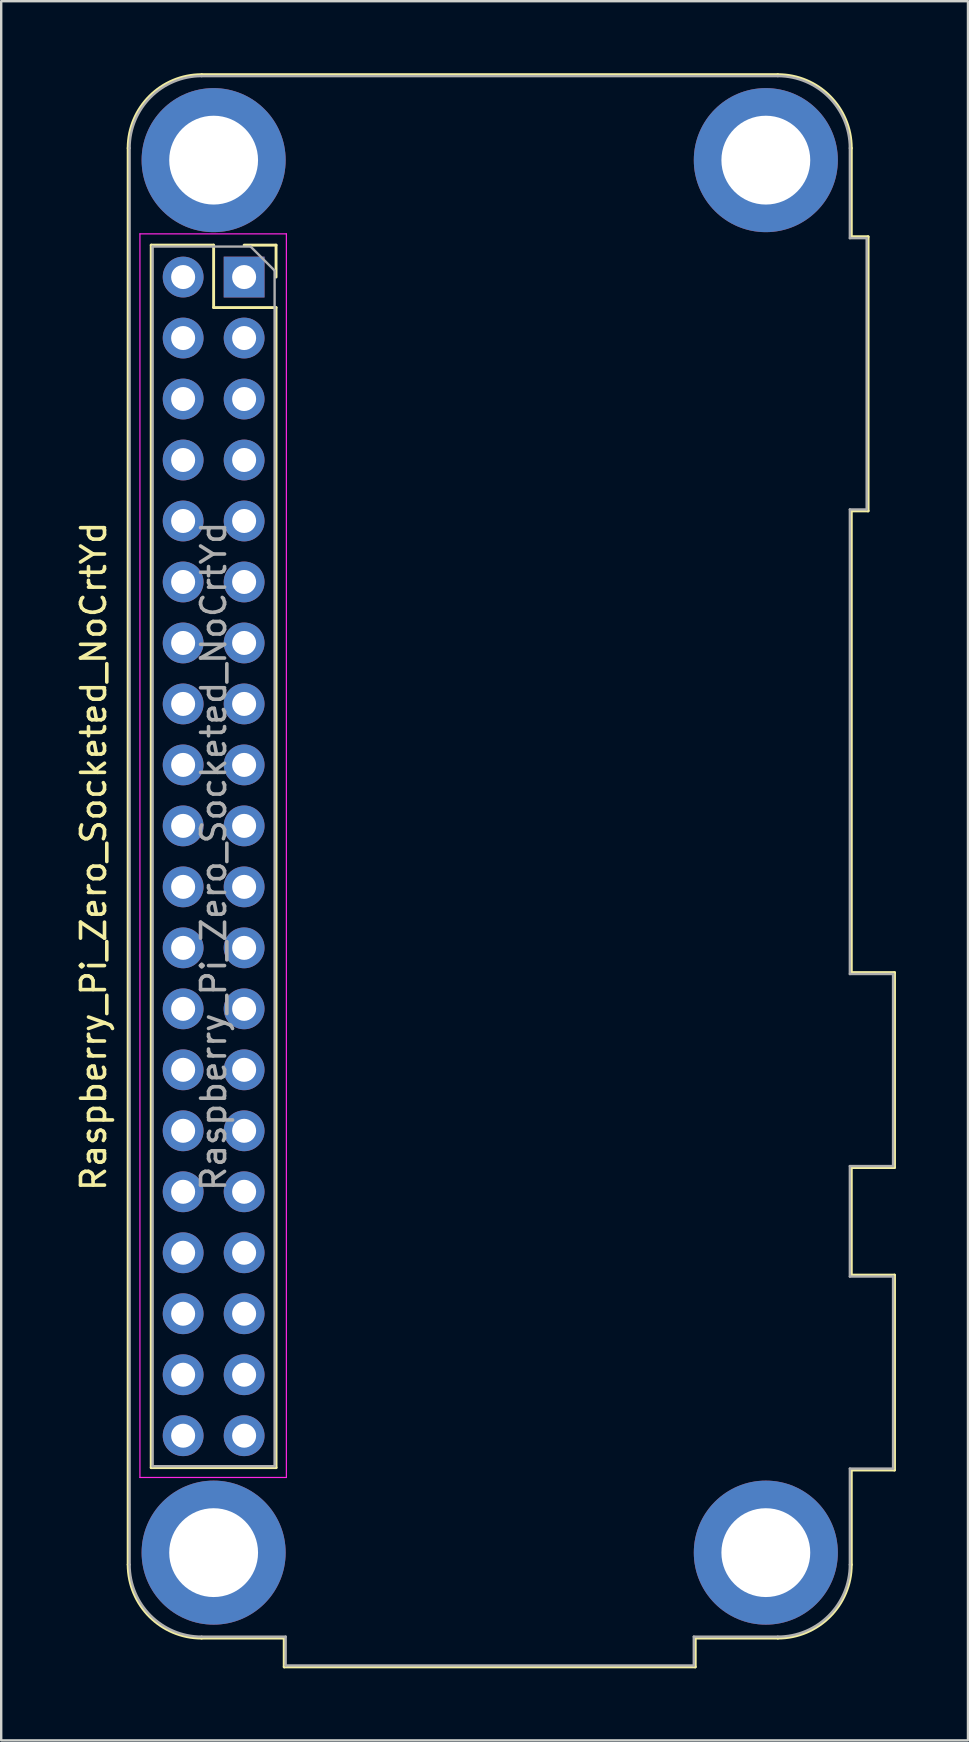
<source format=kicad_pcb>
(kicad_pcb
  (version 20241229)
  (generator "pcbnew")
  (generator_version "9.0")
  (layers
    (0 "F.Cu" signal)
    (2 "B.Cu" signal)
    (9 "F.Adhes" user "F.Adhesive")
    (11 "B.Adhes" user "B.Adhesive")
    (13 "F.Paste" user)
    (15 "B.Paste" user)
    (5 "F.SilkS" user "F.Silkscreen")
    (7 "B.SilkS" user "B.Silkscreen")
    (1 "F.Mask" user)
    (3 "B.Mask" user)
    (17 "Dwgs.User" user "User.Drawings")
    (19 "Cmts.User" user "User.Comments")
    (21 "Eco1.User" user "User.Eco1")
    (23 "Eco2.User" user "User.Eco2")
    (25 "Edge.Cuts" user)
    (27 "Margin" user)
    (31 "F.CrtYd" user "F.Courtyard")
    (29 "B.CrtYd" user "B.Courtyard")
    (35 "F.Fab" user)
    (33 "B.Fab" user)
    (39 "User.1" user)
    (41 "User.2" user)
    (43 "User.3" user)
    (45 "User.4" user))
  (footprint "Raspberry_Pi_Zero_Socketed_NoCrtYd"
    (layer "F.Cu")
    (at 7.118 8.49)
    (property "Reference" "Raspberry_Pi_Zero_Socketed_NoCrtYd" (at -6.27 24.13 90) (layer "F.SilkS") (effects (font (size 1 1) (thickness 0.15))))
    (attr through_hole)
    (fp_line (start -4.83 53.63) (end -4.83 -5.37) (stroke (width 0.12) (type solid)) (layer "F.SilkS"))
    (fp_line (start -3.87 -1.33) (end -3.87 49.59) (stroke (width 0.12) (type solid)) (layer "F.SilkS"))
    (fp_line (start -3.87 -1.33) (end -1.27 -1.33) (stroke (width 0.12) (type solid)) (layer "F.SilkS"))
    (fp_line (start -3.87 49.59) (end 1.33 49.59) (stroke (width 0.12) (type solid)) (layer "F.SilkS"))
    (fp_line (start -1.77 -8.43) (end 22.23 -8.43) (stroke (width 0.12) (type solid)) (layer "F.SilkS"))
    (fp_line (start -1.27 -1.33) (end -1.27 1.27) (stroke (width 0.12) (type solid)) (layer "F.SilkS"))
    (fp_line (start -1.27 1.27) (end 1.33 1.27) (stroke (width 0.12) (type solid)) (layer "F.SilkS"))
    (fp_line (start 0 -1.33) (end 1.33 -1.33) (stroke (width 0.12) (type solid)) (layer "F.SilkS"))
    (fp_line (start 1.33 -1.33) (end 1.33 0) (stroke (width 0.12) (type solid)) (layer "F.SilkS"))
    (fp_line (start 1.33 1.27) (end 1.33 49.59) (stroke (width 0.12) (type solid)) (layer "F.SilkS"))
    (fp_line (start 1.67 56.69) (end -1.77 56.69) (stroke (width 0.12) (type solid)) (layer "F.SilkS"))
    (fp_line (start 1.67 56.69) (end 1.67 57.89) (stroke (width 0.12) (type solid)) (layer "F.SilkS"))
    (fp_line (start 1.67 57.89) (end 18.79 57.89) (stroke (width 0.12) (type solid)) (layer "F.SilkS"))
    (fp_line (start 18.79 56.69) (end 22.23 56.69) (stroke (width 0.12) (type solid)) (layer "F.SilkS"))
    (fp_line (start 18.79 57.89) (end 18.79 56.69) (stroke (width 0.12) (type solid)) (layer "F.SilkS"))
    (fp_line (start 25.29 -1.68) (end 25.29 -5.37) (stroke (width 0.12) (type solid)) (layer "F.SilkS"))
    (fp_line (start 25.29 9.74) (end 25.99 9.74) (stroke (width 0.12) (type solid)) (layer "F.SilkS"))
    (fp_line (start 25.29 28.97) (end 25.29 9.74) (stroke (width 0.12) (type solid)) (layer "F.SilkS"))
    (fp_line (start 25.29 37.09) (end 27.09 37.09) (stroke (width 0.12) (type solid)) (layer "F.SilkS"))
    (fp_line (start 25.29 41.57) (end 25.29 37.09) (stroke (width 0.12) (type solid)) (layer "F.SilkS"))
    (fp_line (start 25.29 49.69) (end 27.09 49.69) (stroke (width 0.12) (type solid)) (layer "F.SilkS"))
    (fp_line (start 25.29 53.63) (end 25.29 49.69) (stroke (width 0.12) (type solid)) (layer "F.SilkS"))
    (fp_line (start 25.99 -1.68) (end 25.29 -1.68) (stroke (width 0.12) (type solid)) (layer "F.SilkS"))
    (fp_line (start 25.99 9.74) (end 25.99 -1.68) (stroke (width 0.12) (type solid)) (layer "F.SilkS"))
    (fp_line (start 27.09 28.97) (end 25.29 28.97) (stroke (width 0.12) (type solid)) (layer "F.SilkS"))
    (fp_line (start 27.09 37.09) (end 27.09 28.97) (stroke (width 0.12) (type solid)) (layer "F.SilkS"))
    (fp_line (start 27.09 41.57) (end 25.29 41.57) (stroke (width 0.12) (type solid)) (layer "F.SilkS"))
    (fp_line (start 27.09 49.69) (end 27.09 41.57) (stroke (width 0.12) (type solid)) (layer "F.SilkS"))
    (fp_arc (start -4.83 -5.37) (mid -3.933747 -7.533747) (end -1.77 -8.43) (stroke (width 0.12) (type solid)) (layer "F.SilkS"))
    (fp_arc (start -1.77 56.69) (mid -3.933747 55.793747) (end -4.83 53.63) (stroke (width 0.12) (type solid)) (layer "F.SilkS"))
    (fp_arc (start 22.23 -8.43) (mid 24.393747 -7.533747) (end 25.29 -5.37) (stroke (width 0.12) (type solid)) (layer "F.SilkS"))
    (fp_arc (start 25.29 53.63) (mid 24.393747 55.793747) (end 22.23 56.69) (stroke (width 0.12) (type solid)) (layer "F.SilkS"))
    (fp_line (start -4.34 -1.8) (end 1.76 -1.8) (stroke (width 0.05) (type solid)) (layer "F.CrtYd"))
    (fp_line (start -4.34 50) (end -4.34 -1.8) (stroke (width 0.05) (type solid)) (layer "F.CrtYd"))
    (fp_line (start 1.76 -1.8) (end 1.76 50) (stroke (width 0.05) (type solid)) (layer "F.CrtYd"))
    (fp_line (start 1.76 50) (end -4.34 50) (stroke (width 0.05) (type solid)) (layer "F.CrtYd"))
    (fp_line (start -4.77 53.63) (end -4.77 -5.37) (stroke (width 0.1) (type solid)) (layer "F.Fab"))
    (fp_line (start -3.81 -1.27) (end 0.27 -1.27) (stroke (width 0.1) (type solid)) (layer "F.Fab"))
    (fp_line (start -3.81 49.53) (end -3.81 -1.27) (stroke (width 0.1) (type solid)) (layer "F.Fab"))
    (fp_line (start -1.77 -8.37) (end 22.23 -8.37) (stroke (width 0.1) (type solid)) (layer "F.Fab"))
    (fp_line (start -1.77 56.63) (end 1.73 56.63) (stroke (width 0.1) (type solid)) (layer "F.Fab"))
    (fp_line (start 0.27 -1.27) (end 1.27 -0.27) (stroke (width 0.1) (type solid)) (layer "F.Fab"))
    (fp_line (start 1.27 -0.27) (end 1.27 49.53) (stroke (width 0.1) (type solid)) (layer "F.Fab"))
    (fp_line (start 1.27 49.53) (end -3.81 49.53) (stroke (width 0.1) (type solid)) (layer "F.Fab"))
    (fp_line (start 1.73 56.63) (end 1.73 57.83) (stroke (width 0.1) (type solid)) (layer "F.Fab"))
    (fp_line (start 1.73 57.83) (end 18.73 57.83) (stroke (width 0.1) (type solid)) (layer "F.Fab"))
    (fp_line (start 18.73 56.63) (end 18.73 57.83) (stroke (width 0.1) (type solid)) (layer "F.Fab"))
    (fp_line (start 22.23 56.63) (end 18.73 56.63) (stroke (width 0.1) (type solid)) (layer "F.Fab"))
    (fp_line (start 25.23 -1.62) (end 25.23 -5.37) (stroke (width 0.1) (type solid)) (layer "F.Fab"))
    (fp_line (start 25.23 -1.62) (end 25.93 -1.62) (stroke (width 0.1) (type solid)) (layer "F.Fab"))
    (fp_line (start 25.23 9.68) (end 25.93 9.68) (stroke (width 0.1) (type solid)) (layer "F.Fab"))
    (fp_line (start 25.23 29.03) (end 25.23 9.68) (stroke (width 0.1) (type solid)) (layer "F.Fab"))
    (fp_line (start 25.23 37.03) (end 27.03 37.03) (stroke (width 0.1) (type solid)) (layer "F.Fab"))
    (fp_line (start 25.23 41.63) (end 25.23 37.03) (stroke (width 0.1) (type solid)) (layer "F.Fab"))
    (fp_line (start 25.23 49.63) (end 25.23 53.63) (stroke (width 0.1) (type solid)) (layer "F.Fab"))
    (fp_line (start 25.23 49.63) (end 27.03 49.63) (stroke (width 0.1) (type solid)) (layer "F.Fab"))
    (fp_line (start 25.93 9.68) (end 25.93 -1.62) (stroke (width 0.1) (type solid)) (layer "F.Fab"))
    (fp_line (start 27.03 29.03) (end 25.23 29.03) (stroke (width 0.1) (type solid)) (layer "F.Fab"))
    (fp_line (start 27.03 37.03) (end 27.03 29.03) (stroke (width 0.1) (type solid)) (layer "F.Fab"))
    (fp_line (start 27.03 41.63) (end 25.23 41.63) (stroke (width 0.1) (type solid)) (layer "F.Fab"))
    (fp_line (start 27.03 49.63) (end 27.03 41.63) (stroke (width 0.1) (type solid)) (layer "F.Fab"))
    (fp_arc (start -4.77 -5.37) (mid -3.89132 -7.49132) (end -1.77 -8.37) (stroke (width 0.1) (type solid)) (layer "F.Fab"))
    (fp_arc (start -1.77 56.63) (mid -3.89132 55.75132) (end -4.77 53.63) (stroke (width 0.1) (type solid)) (layer "F.Fab"))
    (fp_arc (start 22.23 -8.37) (mid 24.35132 -7.49132) (end 25.23 -5.37) (stroke (width 0.1) (type solid)) (layer "F.Fab"))
    (fp_arc (start 25.23 53.63) (mid 24.35132 55.75132) (end 22.23 56.63) (stroke (width 0.1) (type solid)) (layer "F.Fab"))
    (fp_text user "${REFERENCE}" (at -1.27 24.13 90) (layer "F.Fab") (effects (font (size 1 1) (thickness 0.15))))
    (pad "" thru_hole circle (at -1.27 -4.87 90) (size 6 6) (drill 3.7) (layers "*.Cu" "*.Mask"))
    (pad "" thru_hole circle (at -1.27 53.13 90) (size 6 6) (drill 3.7) (layers "*.Cu" "*.Mask"))
    (pad "" thru_hole circle (at 21.73 -4.87 90) (size 6 6) (drill 3.7) (layers "*.Cu" "*.Mask"))
    (pad "" thru_hole circle (at 21.73 53.13 90) (size 6 6) (drill 3.7) (layers "*.Cu" "*.Mask"))
    (pad "1" thru_hole rect (at 0 0) (size 1.7 1.7) (drill 1) (layers "*.Cu" "*.Mask"))
    (pad "2" thru_hole oval (at -2.54 0) (size 1.7 1.7) (drill 1) (layers "*.Cu" "*.Mask"))
    (pad "3" thru_hole oval (at 0 2.54) (size 1.7 1.7) (drill 1) (layers "*.Cu" "*.Mask"))
    (pad "4" thru_hole oval (at -2.54 2.54) (size 1.7 1.7) (drill 1) (layers "*.Cu" "*.Mask"))
    (pad "5" thru_hole oval (at 0 5.08) (size 1.7 1.7) (drill 1) (layers "*.Cu" "*.Mask"))
    (pad "6" thru_hole oval (at -2.54 5.08) (size 1.7 1.7) (drill 1) (layers "*.Cu" "*.Mask"))
    (pad "7" thru_hole oval (at 0 7.62) (size 1.7 1.7) (drill 1) (layers "*.Cu" "*.Mask"))
    (pad "8" thru_hole oval (at -2.54 7.62) (size 1.7 1.7) (drill 1) (layers "*.Cu" "*.Mask"))
    (pad "9" thru_hole oval (at 0 10.16) (size 1.7 1.7) (drill 1) (layers "*.Cu" "*.Mask"))
    (pad "10" thru_hole oval (at -2.54 10.16) (size 1.7 1.7) (drill 1) (layers "*.Cu" "*.Mask"))
    (pad "11" thru_hole oval (at 0 12.7) (size 1.7 1.7) (drill 1) (layers "*.Cu" "*.Mask"))
    (pad "12" thru_hole oval (at -2.54 12.7) (size 1.7 1.7) (drill 1) (layers "*.Cu" "*.Mask"))
    (pad "13" thru_hole oval (at 0 15.24) (size 1.7 1.7) (drill 1) (layers "*.Cu" "*.Mask"))
    (pad "14" thru_hole oval (at -2.54 15.24) (size 1.7 1.7) (drill 1) (layers "*.Cu" "*.Mask"))
    (pad "15" thru_hole oval (at 0 17.78) (size 1.7 1.7) (drill 1) (layers "*.Cu" "*.Mask"))
    (pad "16" thru_hole oval (at -2.54 17.78) (size 1.7 1.7) (drill 1) (layers "*.Cu" "*.Mask"))
    (pad "17" thru_hole oval (at 0 20.32) (size 1.7 1.7) (drill 1) (layers "*.Cu" "*.Mask"))
    (pad "18" thru_hole oval (at -2.54 20.32) (size 1.7 1.7) (drill 1) (layers "*.Cu" "*.Mask"))
    (pad "19" thru_hole oval (at 0 22.86) (size 1.7 1.7) (drill 1) (layers "*.Cu" "*.Mask"))
    (pad "20" thru_hole oval (at -2.54 22.86) (size 1.7 1.7) (drill 1) (layers "*.Cu" "*.Mask"))
    (pad "21" thru_hole oval (at 0 25.4) (size 1.7 1.7) (drill 1) (layers "*.Cu" "*.Mask"))
    (pad "22" thru_hole oval (at -2.54 25.4) (size 1.7 1.7) (drill 1) (layers "*.Cu" "*.Mask"))
    (pad "23" thru_hole oval (at 0 27.94) (size 1.7 1.7) (drill 1) (layers "*.Cu" "*.Mask"))
    (pad "24" thru_hole oval (at -2.54 27.94) (size 1.7 1.7) (drill 1) (layers "*.Cu" "*.Mask"))
    (pad "25" thru_hole oval (at 0 30.48) (size 1.7 1.7) (drill 1) (layers "*.Cu" "*.Mask"))
    (pad "26" thru_hole oval (at -2.54 30.48) (size 1.7 1.7) (drill 1) (layers "*.Cu" "*.Mask"))
    (pad "27" thru_hole oval (at 0 33.02) (size 1.7 1.7) (drill 1) (layers "*.Cu" "*.Mask"))
    (pad "28" thru_hole oval (at -2.54 33.02) (size 1.7 1.7) (drill 1) (layers "*.Cu" "*.Mask"))
    (pad "29" thru_hole oval (at 0 35.56) (size 1.7 1.7) (drill 1) (layers "*.Cu" "*.Mask"))
    (pad "30" thru_hole oval (at -2.54 35.56) (size 1.7 1.7) (drill 1) (layers "*.Cu" "*.Mask"))
    (pad "31" thru_hole oval (at 0 38.1) (size 1.7 1.7) (drill 1) (layers "*.Cu" "*.Mask"))
    (pad "32" thru_hole oval (at -2.54 38.1) (size 1.7 1.7) (drill 1) (layers "*.Cu" "*.Mask"))
    (pad "33" thru_hole oval (at 0 40.64) (size 1.7 1.7) (drill 1) (layers "*.Cu" "*.Mask"))
    (pad "34" thru_hole oval (at -2.54 40.64) (size 1.7 1.7) (drill 1) (layers "*.Cu" "*.Mask"))
    (pad "35" thru_hole oval (at 0 43.18) (size 1.7 1.7) (drill 1) (layers "*.Cu" "*.Mask"))
    (pad "36" thru_hole oval (at -2.54 43.18) (size 1.7 1.7) (drill 1) (layers "*.Cu" "*.Mask"))
    (pad "37" thru_hole oval (at 0 45.72) (size 1.7 1.7) (drill 1) (layers "*.Cu" "*.Mask"))
    (pad "38" thru_hole oval (at -2.54 45.72) (size 1.7 1.7) (drill 1) (layers "*.Cu" "*.Mask"))
    (pad "39" thru_hole oval (at 0 48.26) (size 1.7 1.7) (drill 1) (layers "*.Cu" "*.Mask"))
    (pad "40" thru_hole oval (at -2.54 48.26) (size 1.7 1.7) (drill 1) (layers "*.Cu" "*.Mask")))
  (gr_rect
    (start -3 -3)
    (end 37.268 69.44)
    (stroke (width 0.1) (type default))
    (fill no)
    (layer "Edge.Cuts")))
</source>
